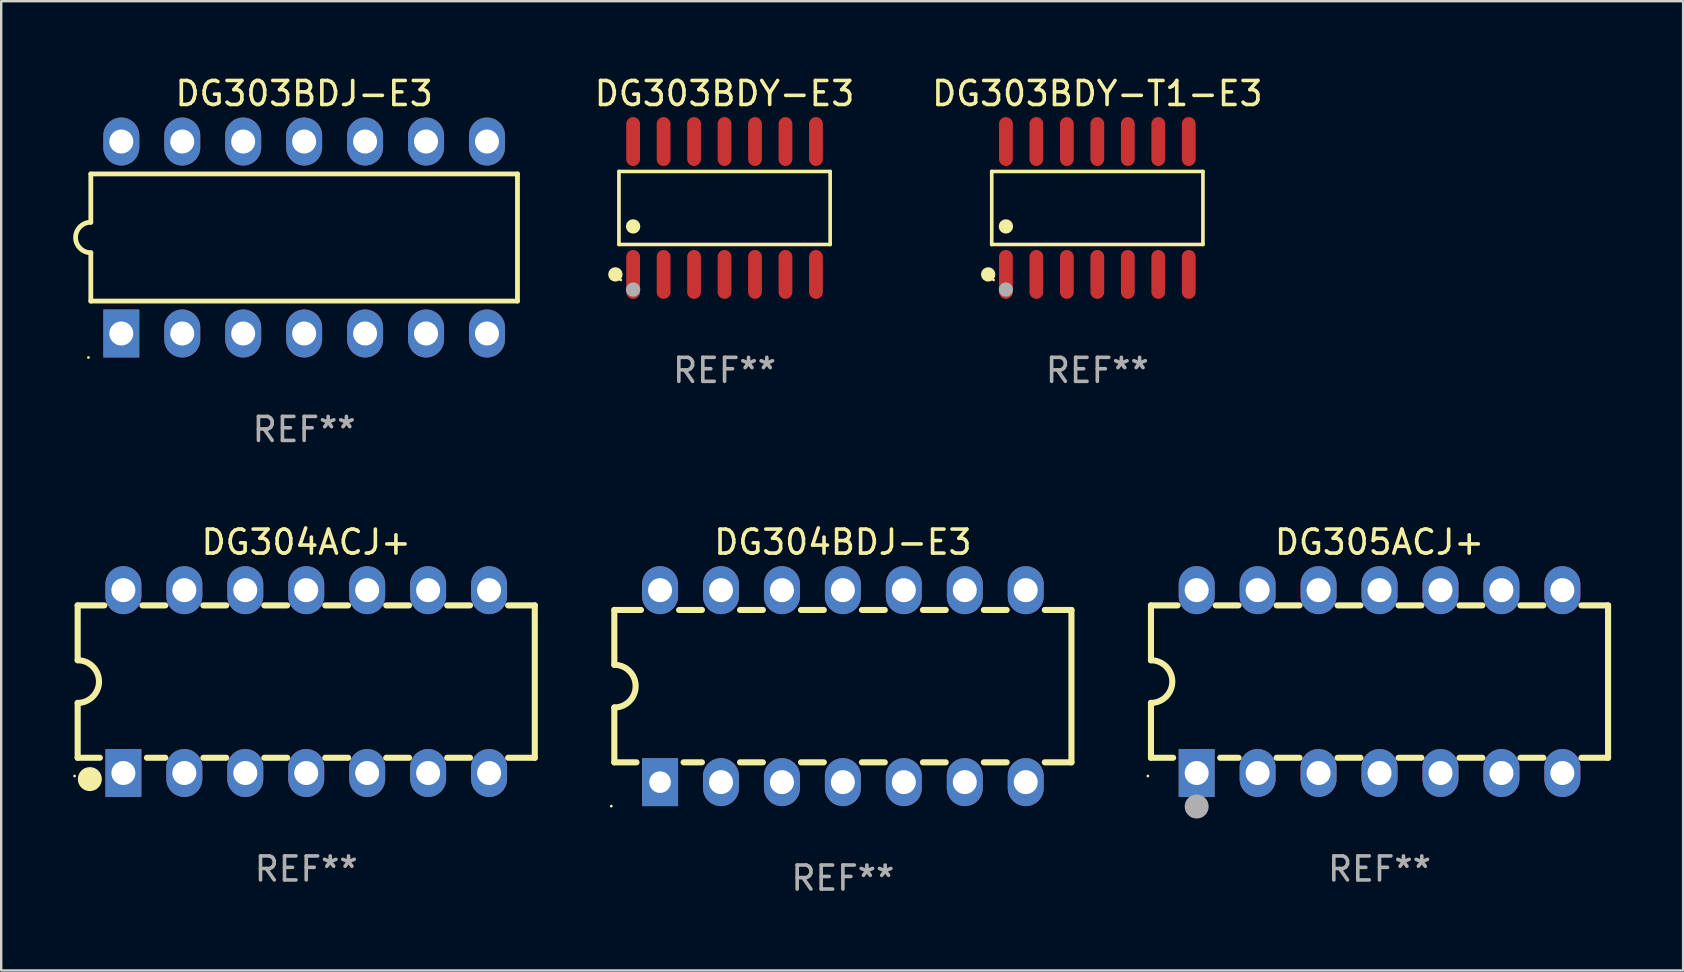
<source format=kicad_pcb>
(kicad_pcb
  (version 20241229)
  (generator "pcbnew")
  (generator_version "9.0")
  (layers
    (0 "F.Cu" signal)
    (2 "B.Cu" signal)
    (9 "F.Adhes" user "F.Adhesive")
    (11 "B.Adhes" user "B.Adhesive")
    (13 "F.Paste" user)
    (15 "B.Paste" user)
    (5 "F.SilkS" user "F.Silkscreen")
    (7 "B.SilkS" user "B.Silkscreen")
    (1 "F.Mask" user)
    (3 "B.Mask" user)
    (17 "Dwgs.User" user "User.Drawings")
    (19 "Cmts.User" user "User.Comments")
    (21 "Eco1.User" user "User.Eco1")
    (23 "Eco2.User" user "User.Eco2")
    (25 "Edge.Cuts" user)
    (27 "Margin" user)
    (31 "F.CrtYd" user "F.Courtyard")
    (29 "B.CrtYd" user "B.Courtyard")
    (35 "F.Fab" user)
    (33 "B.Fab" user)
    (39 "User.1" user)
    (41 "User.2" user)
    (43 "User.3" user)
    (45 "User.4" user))
  (footprint "DG303BDY-T1-E3"
    (layer "F.Cu")
    (at 42.681 5.617)
    (property "Reference" "DG303BDY-T1-E3" (at 0 -4.769 0) (layer "F.SilkS") (effects (font (size 1 1) (thickness 0.15))))
    (attr through_hole)
    (fp_line (start -4.401 -1.521) (end 4.401 -1.521) (stroke (width 0.152) (type solid)) (layer "F.SilkS"))
    (fp_line (start -4.401 1.521) (end -4.401 -1.521) (stroke (width 0.152) (type solid)) (layer "F.SilkS"))
    (fp_line (start 4.401 -1.521) (end 4.401 1.521) (stroke (width 0.152) (type solid)) (layer "F.SilkS"))
    (fp_line (start 4.401 1.521) (end -4.401 1.521) (stroke (width 0.152) (type solid)) (layer "F.SilkS"))
    (fp_circle (center -4.549 2.769) (end -4.399 2.769) (stroke (width 0.3) (type solid)) (fill no) (layer "F.SilkS"))
    (fp_circle (center -4.325 3) (end -4.295 3) (stroke (width 0.06) (type solid)) (fill no) (layer "F.SilkS"))
    (fp_circle (center -3.81 0.769) (end -3.66 0.769) (stroke (width 0.3) (type solid)) (fill no) (layer "F.SilkS"))
    (fp_circle (center -3.81 3.4) (end -3.66 3.4) (stroke (width 0.3) (type solid)) (fill no) (layer "F.Fab"))
    (fp_text user "REF**" (at 0 6.769 0) (layer "F.Fab") (effects (font (size 1 1) (thickness 0.15))))
    (pad "1" smd oval (at -3.81 2.769) (size 0.574 2.038) (layers "F.Cu" "F.Mask" "F.Paste"))
    (pad "2" smd oval (at -2.54 2.769) (size 0.574 2.038) (layers "F.Cu" "F.Mask" "F.Paste"))
    (pad "3" smd oval (at -1.27 2.769) (size 0.574 2.038) (layers "F.Cu" "F.Mask" "F.Paste"))
    (pad "4" smd oval (at 0 2.769) (size 0.574 2.038) (layers "F.Cu" "F.Mask" "F.Paste"))
    (pad "5" smd oval (at 1.27 2.769) (size 0.574 2.038) (layers "F.Cu" "F.Mask" "F.Paste"))
    (pad "6" smd oval (at 2.54 2.769) (size 0.574 2.038) (layers "F.Cu" "F.Mask" "F.Paste"))
    (pad "7" smd oval (at 3.81 2.769) (size 0.574 2.038) (layers "F.Cu" "F.Mask" "F.Paste"))
    (pad "8" smd oval (at 3.81 -2.769) (size 0.574 2.038) (layers "F.Cu" "F.Mask" "F.Paste"))
    (pad "9" smd oval (at 2.54 -2.769) (size 0.574 2.038) (layers "F.Cu" "F.Mask" "F.Paste"))
    (pad "10" smd oval (at 1.27 -2.769) (size 0.574 2.038) (layers "F.Cu" "F.Mask" "F.Paste"))
    (pad "11" smd oval (at 0 -2.769) (size 0.574 2.038) (layers "F.Cu" "F.Mask" "F.Paste"))
    (pad "12" smd oval (at -1.27 -2.769) (size 0.574 2.038) (layers "F.Cu" "F.Mask" "F.Paste"))
    (pad "13" smd oval (at -2.54 -2.769) (size 0.574 2.038) (layers "F.Cu" "F.Mask" "F.Paste"))
    (pad "14" smd oval (at -3.81 -2.769) (size 0.574 2.038) (layers "F.Cu" "F.Mask" "F.Paste")))
  (footprint "DG305ACJ+"
    (layer "F.Cu")
    (at 54.441 25.355)
    (property "Reference" "DG305ACJ+" (at 0 -5.81 0) (layer "F.SilkS") (effects (font (size 1 1) (thickness 0.15))))
    (attr through_hole)
    (fp_line (start -9.525 -3.175) (end -9.525 -0.889) (stroke (width 0.254) (type solid)) (layer "F.SilkS"))
    (fp_line (start -9.525 -3.175) (end -8.414 -3.175) (stroke (width 0.254) (type solid)) (layer "F.SilkS"))
    (fp_line (start -9.525 3.175) (end -9.525 0.889) (stroke (width 0.254) (type solid)) (layer "F.SilkS"))
    (fp_line (start -8.601 3.175) (end -9.525 3.175) (stroke (width 0.254) (type solid)) (layer "F.SilkS"))
    (fp_line (start -6.826 -3.175) (end -5.874 -3.175) (stroke (width 0.254) (type solid)) (layer "F.SilkS"))
    (fp_line (start -5.874 3.175) (end -6.639 3.175) (stroke (width 0.254) (type solid)) (layer "F.SilkS"))
    (fp_line (start -4.286 -3.175) (end -3.334 -3.175) (stroke (width 0.254) (type solid)) (layer "F.SilkS"))
    (fp_line (start -3.334 3.175) (end -4.286 3.175) (stroke (width 0.254) (type solid)) (layer "F.SilkS"))
    (fp_line (start -1.746 -3.175) (end -0.794 -3.175) (stroke (width 0.254) (type solid)) (layer "F.SilkS"))
    (fp_line (start -0.794 3.175) (end -1.746 3.175) (stroke (width 0.254) (type solid)) (layer "F.SilkS"))
    (fp_line (start 0.794 -3.175) (end 1.746 -3.175) (stroke (width 0.254) (type solid)) (layer "F.SilkS"))
    (fp_line (start 1.746 3.175) (end 0.794 3.175) (stroke (width 0.254) (type solid)) (layer "F.SilkS"))
    (fp_line (start 3.334 -3.175) (end 4.286 -3.175) (stroke (width 0.254) (type solid)) (layer "F.SilkS"))
    (fp_line (start 4.286 3.175) (end 3.334 3.175) (stroke (width 0.254) (type solid)) (layer "F.SilkS"))
    (fp_line (start 5.874 -3.175) (end 6.826 -3.175) (stroke (width 0.254) (type solid)) (layer "F.SilkS"))
    (fp_line (start 6.826 3.175) (end 5.874 3.175) (stroke (width 0.254) (type solid)) (layer "F.SilkS"))
    (fp_line (start 8.414 -3.175) (end 9.525 -3.175) (stroke (width 0.254) (type solid)) (layer "F.SilkS"))
    (fp_line (start 9.525 -3.175) (end 9.525 3.175) (stroke (width 0.254) (type solid)) (layer "F.SilkS"))
    (fp_line (start 9.525 3.175) (end 8.414 3.175) (stroke (width 0.254) (type solid)) (layer "F.SilkS"))
    (fp_arc (start -9.525019 -0.889002) (mid -8.636017 0) (end -9.525019 0.889002) (stroke (width 0.254001) (type solid)) (layer "F.SilkS"))
    (fp_circle (center -9.653 3.935) (end -9.623 3.935) (stroke (width 0.06) (type solid)) (fill no) (layer "F.SilkS"))
    (fp_circle (center -7.62 5.207) (end -7.37 5.207) (stroke (width 0.5) (type solid)) (fill no) (layer "F.Fab"))
    (fp_text user "REF**" (at 0 7.81 0) (layer "F.Fab") (effects (font (size 1 1) (thickness 0.15))))
    (pad "1" thru_hole rect (at -7.62 3.81) (size 1.5 2) (drill 1) (layers "*.Cu" "*.Mask"))
    (pad "2" thru_hole oval (at -5.08 3.81) (size 1.5 2) (drill 1) (layers "*.Cu" "*.Mask"))
    (pad "3" thru_hole oval (at -2.54 3.81) (size 1.5 2) (drill 1) (layers "*.Cu" "*.Mask"))
    (pad "4" thru_hole oval (at 0 3.81) (size 1.5 2) (drill 1) (layers "*.Cu" "*.Mask"))
    (pad "5" thru_hole oval (at 2.54 3.81) (size 1.5 2) (drill 1) (layers "*.Cu" "*.Mask"))
    (pad "6" thru_hole oval (at 5.08 3.81) (size 1.5 2) (drill 1) (layers "*.Cu" "*.Mask"))
    (pad "7" thru_hole oval (at 7.62 3.81) (size 1.5 2) (drill 1) (layers "*.Cu" "*.Mask"))
    (pad "8" thru_hole oval (at 7.62 -3.81) (size 1.5 2) (drill 1) (layers "*.Cu" "*.Mask"))
    (pad "9" thru_hole oval (at 5.08 -3.81) (size 1.5 2) (drill 1) (layers "*.Cu" "*.Mask"))
    (pad "10" thru_hole oval (at 2.54 -3.81) (size 1.5 2) (drill 1) (layers "*.Cu" "*.Mask"))
    (pad "11" thru_hole oval (at 0 -3.81) (size 1.5 2) (drill 1) (layers "*.Cu" "*.Mask"))
    (pad "12" thru_hole oval (at -2.54 -3.81) (size 1.5 2) (drill 1) (layers "*.Cu" "*.Mask"))
    (pad "13" thru_hole oval (at -5.08 -3.81) (size 1.5 2) (drill 1) (layers "*.Cu" "*.Mask"))
    (pad "14" thru_hole oval (at -7.62 -3.81) (size 1.5 2) (drill 1) (layers "*.Cu" "*.Mask")))
  (footprint "DG303BDY-E3"
    (layer "F.Cu")
    (at 27.145 5.617)
    (property "Reference" "DG303BDY-E3" (at 0 -4.769 0) (layer "F.SilkS") (effects (font (size 1 1) (thickness 0.15))))
    (attr through_hole)
    (fp_line (start -4.401 -1.521) (end 4.401 -1.521) (stroke (width 0.152) (type solid)) (layer "F.SilkS"))
    (fp_line (start -4.401 1.521) (end -4.401 -1.521) (stroke (width 0.152) (type solid)) (layer "F.SilkS"))
    (fp_line (start 4.401 -1.521) (end 4.401 1.521) (stroke (width 0.152) (type solid)) (layer "F.SilkS"))
    (fp_line (start 4.401 1.521) (end -4.401 1.521) (stroke (width 0.152) (type solid)) (layer "F.SilkS"))
    (fp_circle (center -4.549 2.769) (end -4.399 2.769) (stroke (width 0.3) (type solid)) (fill no) (layer "F.SilkS"))
    (fp_circle (center -4.325 3) (end -4.295 3) (stroke (width 0.06) (type solid)) (fill no) (layer "F.SilkS"))
    (fp_circle (center -3.81 0.769) (end -3.66 0.769) (stroke (width 0.3) (type solid)) (fill no) (layer "F.SilkS"))
    (fp_circle (center -3.81 3.4) (end -3.66 3.4) (stroke (width 0.3) (type solid)) (fill no) (layer "F.Fab"))
    (fp_text user "REF**" (at 0 6.769 0) (layer "F.Fab") (effects (font (size 1 1) (thickness 0.15))))
    (pad "1" smd oval (at -3.81 2.769) (size 0.574 2.038) (layers "F.Cu" "F.Mask" "F.Paste"))
    (pad "2" smd oval (at -2.54 2.769) (size 0.574 2.038) (layers "F.Cu" "F.Mask" "F.Paste"))
    (pad "3" smd oval (at -1.27 2.769) (size 0.574 2.038) (layers "F.Cu" "F.Mask" "F.Paste"))
    (pad "4" smd oval (at 0 2.769) (size 0.574 2.038) (layers "F.Cu" "F.Mask" "F.Paste"))
    (pad "5" smd oval (at 1.27 2.769) (size 0.574 2.038) (layers "F.Cu" "F.Mask" "F.Paste"))
    (pad "6" smd oval (at 2.54 2.769) (size 0.574 2.038) (layers "F.Cu" "F.Mask" "F.Paste"))
    (pad "7" smd oval (at 3.81 2.769) (size 0.574 2.038) (layers "F.Cu" "F.Mask" "F.Paste"))
    (pad "8" smd oval (at 3.81 -2.769) (size 0.574 2.038) (layers "F.Cu" "F.Mask" "F.Paste"))
    (pad "9" smd oval (at 2.54 -2.769) (size 0.574 2.038) (layers "F.Cu" "F.Mask" "F.Paste"))
    (pad "10" smd oval (at 1.27 -2.769) (size 0.574 2.038) (layers "F.Cu" "F.Mask" "F.Paste"))
    (pad "11" smd oval (at 0 -2.769) (size 0.574 2.038) (layers "F.Cu" "F.Mask" "F.Paste"))
    (pad "12" smd oval (at -1.27 -2.769) (size 0.574 2.038) (layers "F.Cu" "F.Mask" "F.Paste"))
    (pad "13" smd oval (at -2.54 -2.769) (size 0.574 2.038) (layers "F.Cu" "F.Mask" "F.Paste"))
    (pad "14" smd oval (at -3.81 -2.769) (size 0.574 2.038) (layers "F.Cu" "F.Mask" "F.Paste")))
  (footprint "DG304BDJ-E3"
    (layer "F.Cu")
    (at 32.077 25.545)
    (property "Reference" "DG304BDJ-E3" (at 0 -6 0) (layer "F.SilkS") (effects (font (size 1 1) (thickness 0.15))))
    (attr through_hole)
    (fp_line (start -9.525 -3.175) (end -9.525 -0.889) (stroke (width 0.254) (type solid)) (layer "F.SilkS"))
    (fp_line (start -9.525 -3.175) (end -8.414 -3.175) (stroke (width 0.254) (type solid)) (layer "F.SilkS"))
    (fp_line (start -9.525 3.175) (end -9.525 0.889) (stroke (width 0.254) (type solid)) (layer "F.SilkS"))
    (fp_line (start -8.601 3.175) (end -9.525 3.175) (stroke (width 0.254) (type solid)) (layer "F.SilkS"))
    (fp_line (start -6.826 -3.175) (end -5.874 -3.175) (stroke (width 0.254) (type solid)) (layer "F.SilkS"))
    (fp_line (start -5.874 3.175) (end -6.639 3.175) (stroke (width 0.254) (type solid)) (layer "F.SilkS"))
    (fp_line (start -4.286 -3.175) (end -3.334 -3.175) (stroke (width 0.254) (type solid)) (layer "F.SilkS"))
    (fp_line (start -3.334 3.175) (end -4.286 3.175) (stroke (width 0.254) (type solid)) (layer "F.SilkS"))
    (fp_line (start -1.746 -3.175) (end -0.794 -3.175) (stroke (width 0.254) (type solid)) (layer "F.SilkS"))
    (fp_line (start -0.794 3.175) (end -1.746 3.175) (stroke (width 0.254) (type solid)) (layer "F.SilkS"))
    (fp_line (start 0.794 -3.175) (end 1.746 -3.175) (stroke (width 0.254) (type solid)) (layer "F.SilkS"))
    (fp_line (start 1.746 3.175) (end 0.794 3.175) (stroke (width 0.254) (type solid)) (layer "F.SilkS"))
    (fp_line (start 3.334 -3.175) (end 4.286 -3.175) (stroke (width 0.254) (type solid)) (layer "F.SilkS"))
    (fp_line (start 4.286 3.175) (end 3.334 3.175) (stroke (width 0.254) (type solid)) (layer "F.SilkS"))
    (fp_line (start 5.874 -3.175) (end 6.826 -3.175) (stroke (width 0.254) (type solid)) (layer "F.SilkS"))
    (fp_line (start 6.826 3.175) (end 5.874 3.175) (stroke (width 0.254) (type solid)) (layer "F.SilkS"))
    (fp_line (start 8.414 -3.175) (end 9.525 -3.175) (stroke (width 0.254) (type solid)) (layer "F.SilkS"))
    (fp_line (start 9.525 -3.175) (end 9.525 3.175) (stroke (width 0.254) (type solid)) (layer "F.SilkS"))
    (fp_line (start 9.525 3.175) (end 8.414 3.175) (stroke (width 0.254) (type solid)) (layer "F.SilkS"))
    (fp_arc (start -9.525019 -0.889002) (mid -8.636017 0) (end -9.525019 0.889002) (stroke (width 0.254001) (type solid)) (layer "F.SilkS"))
    (fp_circle (center -9.652 5) (end -9.622 5) (stroke (width 0.06) (type solid)) (fill no) (layer "F.SilkS"))
    (fp_text user "REF**" (at 0 8 0) (layer "F.Fab") (effects (font (size 1 1) (thickness 0.15))))
    (pad "1" thru_hole rect (at -7.62 4 90) (size 2 1.5) (drill 0.9) (layers "*.Cu" "*.Mask"))
    (pad "2" thru_hole oval (at -5.08 4 90) (size 2 1.5) (drill 1) (layers "*.Cu" "*.Mask"))
    (pad "3" thru_hole oval (at -2.54 4 90) (size 2 1.5) (drill 1) (layers "*.Cu" "*.Mask"))
    (pad "4" thru_hole oval (at 0 4 90) (size 2 1.5) (drill 1) (layers "*.Cu" "*.Mask"))
    (pad "5" thru_hole oval (at 2.54 4 90) (size 2 1.5) (drill 1) (layers "*.Cu" "*.Mask"))
    (pad "6" thru_hole oval (at 5.08 4 90) (size 2 1.5) (drill 1) (layers "*.Cu" "*.Mask"))
    (pad "7" thru_hole oval (at 7.62 4 90) (size 2 1.5) (drill 1) (layers "*.Cu" "*.Mask"))
    (pad "8" thru_hole oval (at 7.62 -4 90) (size 2 1.5) (drill 1) (layers "*.Cu" "*.Mask"))
    (pad "9" thru_hole oval (at 5.08 -4 90) (size 2 1.5) (drill 1) (layers "*.Cu" "*.Mask"))
    (pad "10" thru_hole oval (at 2.54 -4 90) (size 2 1.5) (drill 1) (layers "*.Cu" "*.Mask"))
    (pad "11" thru_hole oval (at 0 -4 90) (size 2 1.5) (drill 1) (layers "*.Cu" "*.Mask"))
    (pad "12" thru_hole oval (at -2.54 -4 90) (size 2 1.5) (drill 1) (layers "*.Cu" "*.Mask"))
    (pad "13" thru_hole oval (at -5.08 -4 90) (size 2 1.5) (drill 1) (layers "*.Cu" "*.Mask"))
    (pad "14" thru_hole oval (at -7.62 -4 90) (size 2 1.5) (drill 1) (layers "*.Cu" "*.Mask")))
  (footprint "DG304ACJ+"
    (layer "F.Cu")
    (at 9.712 25.355)
    (property "Reference" "DG304ACJ+" (at 0 -5.81 0) (layer "F.SilkS") (effects (font (size 1 1) (thickness 0.15))))
    (attr through_hole)
    (fp_line (start -9.525 -3.175) (end -9.525 -0.889) (stroke (width 0.254) (type solid)) (layer "F.SilkS"))
    (fp_line (start -9.525 -3.175) (end -8.414 -3.175) (stroke (width 0.254) (type solid)) (layer "F.SilkS"))
    (fp_line (start -9.525 3.175) (end -9.525 0.889) (stroke (width 0.254) (type solid)) (layer "F.SilkS"))
    (fp_line (start -8.601 3.175) (end -9.525 3.175) (stroke (width 0.254) (type solid)) (layer "F.SilkS"))
    (fp_line (start -6.826 -3.175) (end -5.874 -3.175) (stroke (width 0.254) (type solid)) (layer "F.SilkS"))
    (fp_line (start -5.874 3.175) (end -6.639 3.175) (stroke (width 0.254) (type solid)) (layer "F.SilkS"))
    (fp_line (start -4.286 -3.175) (end -3.334 -3.175) (stroke (width 0.254) (type solid)) (layer "F.SilkS"))
    (fp_line (start -3.334 3.175) (end -4.286 3.175) (stroke (width 0.254) (type solid)) (layer "F.SilkS"))
    (fp_line (start -1.746 -3.175) (end -0.794 -3.175) (stroke (width 0.254) (type solid)) (layer "F.SilkS"))
    (fp_line (start -0.794 3.175) (end -1.746 3.175) (stroke (width 0.254) (type solid)) (layer "F.SilkS"))
    (fp_line (start 0.794 -3.175) (end 1.746 -3.175) (stroke (width 0.254) (type solid)) (layer "F.SilkS"))
    (fp_line (start 1.746 3.175) (end 0.794 3.175) (stroke (width 0.254) (type solid)) (layer "F.SilkS"))
    (fp_line (start 3.334 -3.175) (end 4.286 -3.175) (stroke (width 0.254) (type solid)) (layer "F.SilkS"))
    (fp_line (start 4.286 3.175) (end 3.334 3.175) (stroke (width 0.254) (type solid)) (layer "F.SilkS"))
    (fp_line (start 5.874 -3.175) (end 6.826 -3.175) (stroke (width 0.254) (type solid)) (layer "F.SilkS"))
    (fp_line (start 6.826 3.175) (end 5.874 3.175) (stroke (width 0.254) (type solid)) (layer "F.SilkS"))
    (fp_line (start 8.414 -3.175) (end 9.525 -3.175) (stroke (width 0.254) (type solid)) (layer "F.SilkS"))
    (fp_line (start 9.525 -3.175) (end 9.525 3.175) (stroke (width 0.254) (type solid)) (layer "F.SilkS"))
    (fp_line (start 9.525 3.175) (end 8.414 3.175) (stroke (width 0.254) (type solid)) (layer "F.SilkS"))
    (fp_arc (start -9.525019 -0.889002) (mid -8.636017 0) (end -9.525019 0.889002) (stroke (width 0.254001) (type solid)) (layer "F.SilkS"))
    (fp_circle (center -9.653 3.935) (end -9.623 3.935) (stroke (width 0.06) (type solid)) (fill no) (layer "F.SilkS"))
    (fp_circle (center -9.018 4.064) (end -8.768 4.064) (stroke (width 0.5) (type solid)) (fill no) (layer "F.SilkS"))
    (fp_text user "REF**" (at 0 7.81 0) (layer "F.Fab") (effects (font (size 1 1) (thickness 0.15))))
    (pad "1" thru_hole rect (at -7.62 3.81) (size 1.5 2) (drill 1) (layers "*.Cu" "*.Mask"))
    (pad "2" thru_hole oval (at -5.08 3.81) (size 1.5 2) (drill 1) (layers "*.Cu" "*.Mask"))
    (pad "3" thru_hole oval (at -2.54 3.81) (size 1.5 2) (drill 1) (layers "*.Cu" "*.Mask"))
    (pad "4" thru_hole oval (at 0 3.81) (size 1.5 2) (drill 1) (layers "*.Cu" "*.Mask"))
    (pad "5" thru_hole oval (at 2.54 3.81) (size 1.5 2) (drill 1) (layers "*.Cu" "*.Mask"))
    (pad "6" thru_hole oval (at 5.08 3.81) (size 1.5 2) (drill 1) (layers "*.Cu" "*.Mask"))
    (pad "7" thru_hole oval (at 7.62 3.81) (size 1.5 2) (drill 1) (layers "*.Cu" "*.Mask"))
    (pad "8" thru_hole oval (at 7.62 -3.81) (size 1.5 2) (drill 1) (layers "*.Cu" "*.Mask"))
    (pad "9" thru_hole oval (at 5.08 -3.81) (size 1.5 2) (drill 1) (layers "*.Cu" "*.Mask"))
    (pad "10" thru_hole oval (at 2.54 -3.81) (size 1.5 2) (drill 1) (layers "*.Cu" "*.Mask"))
    (pad "11" thru_hole oval (at 0 -3.81) (size 1.5 2) (drill 1) (layers "*.Cu" "*.Mask"))
    (pad "12" thru_hole oval (at -2.54 -3.81) (size 1.5 2) (drill 1) (layers "*.Cu" "*.Mask"))
    (pad "13" thru_hole oval (at -5.08 -3.81) (size 1.5 2) (drill 1) (layers "*.Cu" "*.Mask"))
    (pad "14" thru_hole oval (at -7.62 -3.81) (size 1.5 2) (drill 1) (layers "*.Cu" "*.Mask")))
  (footprint "DG303BDJ-E3"
    (layer "F.Cu")
    (at 9.625 6.848)
    (property "Reference" "DG303BDJ-E3" (at 0 -6 0) (layer "F.SilkS") (effects (font (size 1 1) (thickness 0.15))))
    (attr through_hole)
    (fp_line (start -8.89 -2.65) (end -8.89 -0.635) (stroke (width 0.2) (type solid)) (layer "F.SilkS"))
    (fp_line (start -8.89 0.635) (end -8.89 2.65) (stroke (width 0.2) (type solid)) (layer "F.SilkS"))
    (fp_line (start -8.89 2.65) (end 8.89 2.65) (stroke (width 0.2) (type solid)) (layer "F.SilkS"))
    (fp_line (start 8.89 -2.65) (end -8.89 -2.65) (stroke (width 0.2) (type solid)) (layer "F.SilkS"))
    (fp_line (start 8.89 2.65) (end 8.89 -2.65) (stroke (width 0.2) (type solid)) (layer "F.SilkS"))
    (fp_arc (start -8.890018 0.635001) (mid -9.525019 0) (end -8.890018 -0.635001) (stroke (width 0.2) (type solid)) (layer "F.SilkS"))
    (fp_circle (center -8.99 5) (end -8.96 5) (stroke (width 0.06) (type solid)) (fill no) (layer "F.SilkS"))
    (fp_text user "REF**" (at 0 8 0) (layer "F.Fab") (effects (font (size 1 1) (thickness 0.15))))
    (pad "1" thru_hole rect (at -7.62 4 90) (size 2 1.5) (drill 1) (layers "*.Cu" "*.Mask"))
    (pad "2" thru_hole oval (at -5.08 4 90) (size 2 1.5) (drill 1) (layers "*.Cu" "*.Mask"))
    (pad "3" thru_hole oval (at -2.54 4 90) (size 2 1.5) (drill 1) (layers "*.Cu" "*.Mask"))
    (pad "4" thru_hole oval (at 0 4 90) (size 2 1.5) (drill 1) (layers "*.Cu" "*.Mask"))
    (pad "5" thru_hole oval (at 2.54 4 90) (size 2 1.5) (drill 1) (layers "*.Cu" "*.Mask"))
    (pad "6" thru_hole oval (at 5.08 4 90) (size 2 1.5) (drill 1) (layers "*.Cu" "*.Mask"))
    (pad "7" thru_hole oval (at 7.62 4 90) (size 2 1.5) (drill 1) (layers "*.Cu" "*.Mask"))
    (pad "8" thru_hole oval (at 7.62 -4 90) (size 2 1.5) (drill 1) (layers "*.Cu" "*.Mask"))
    (pad "9" thru_hole oval (at 5.08 -4 90) (size 2 1.5) (drill 1) (layers "*.Cu" "*.Mask"))
    (pad "10" thru_hole oval (at 2.54 -4 90) (size 2 1.5) (drill 1) (layers "*.Cu" "*.Mask"))
    (pad "11" thru_hole oval (at 0 -4 90) (size 2 1.5) (drill 1) (layers "*.Cu" "*.Mask"))
    (pad "12" thru_hole oval (at -2.54 -4 90) (size 2 1.5) (drill 1) (layers "*.Cu" "*.Mask"))
    (pad "13" thru_hole oval (at -5.08 -4 90) (size 2 1.5) (drill 1) (layers "*.Cu" "*.Mask"))
    (pad "14" thru_hole oval (at -7.62 -4 90) (size 2 1.5) (drill 1) (layers "*.Cu" "*.Mask")))
  (gr_rect
    (start -3 -3)
    (end 67.093 37.393)
    (stroke (width 0.1) (type default))
    (fill no)
    (layer "Edge.Cuts")))
</source>
